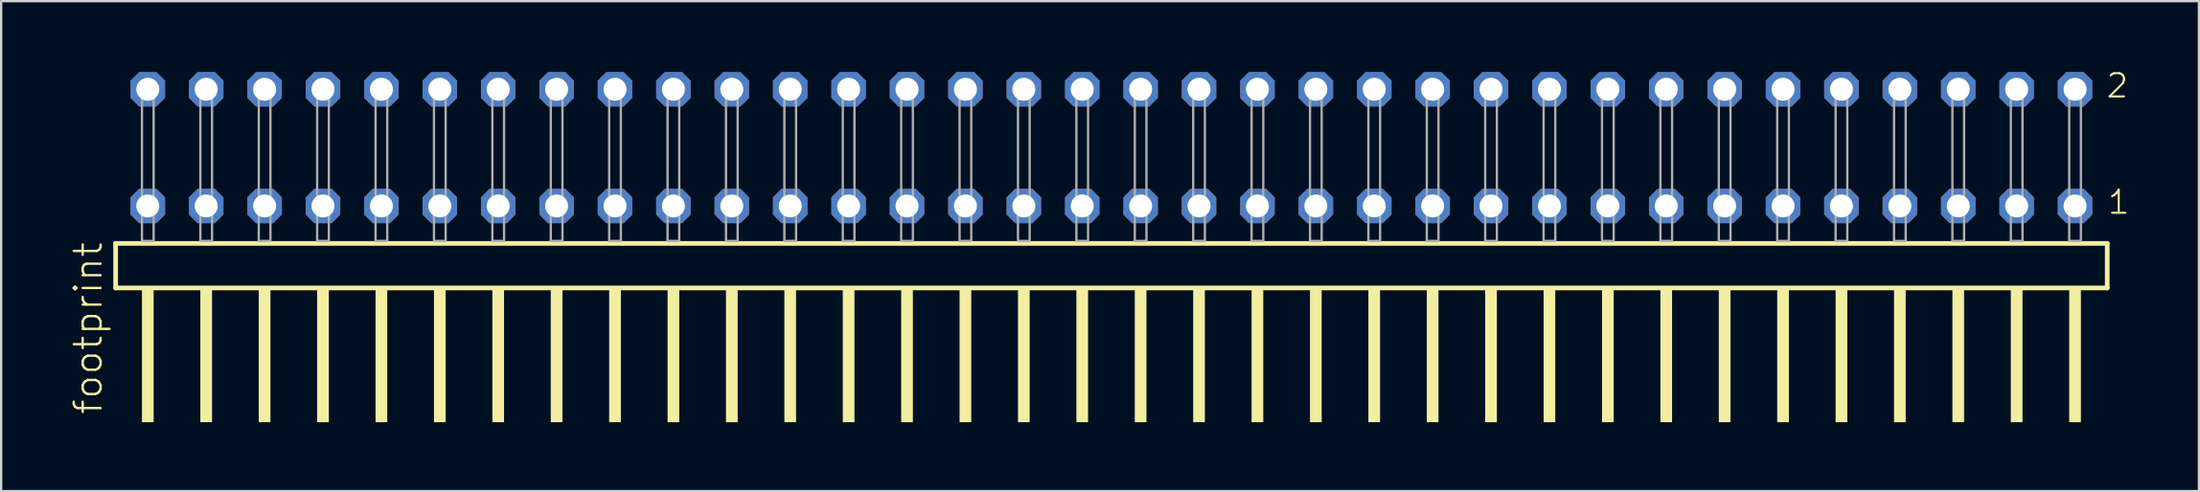
<source format=kicad_pcb>
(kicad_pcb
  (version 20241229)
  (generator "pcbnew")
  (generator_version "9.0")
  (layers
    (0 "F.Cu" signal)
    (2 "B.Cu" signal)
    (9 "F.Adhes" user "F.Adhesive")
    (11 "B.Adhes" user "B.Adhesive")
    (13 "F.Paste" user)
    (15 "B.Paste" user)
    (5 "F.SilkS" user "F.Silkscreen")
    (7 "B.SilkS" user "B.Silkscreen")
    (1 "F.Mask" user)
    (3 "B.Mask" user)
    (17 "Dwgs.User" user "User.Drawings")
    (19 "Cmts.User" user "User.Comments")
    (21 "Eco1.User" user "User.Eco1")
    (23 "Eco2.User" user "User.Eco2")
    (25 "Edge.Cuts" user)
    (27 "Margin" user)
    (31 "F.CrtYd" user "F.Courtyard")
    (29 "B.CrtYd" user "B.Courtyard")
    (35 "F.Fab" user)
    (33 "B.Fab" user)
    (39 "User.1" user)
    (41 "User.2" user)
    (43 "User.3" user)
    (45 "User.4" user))
  (footprint "footprint"
    (layer "F.Cu")
    (at 45.288 7.441)
    (property "Reference" "footprint" (at -43.815 7.62 90) (layer "F.SilkS") (effects (font (size 1.168 1.168) (thickness 0.102)) (justify left bottom)))
    (fp_line (start -43.309 0.106) (end -43.309 2.046) (stroke (width 0.203) (type solid)) (layer "F.SilkS"))
    (fp_line (start -43.309 2.046) (end 43.309 2.046) (stroke (width 0.203) (type solid)) (layer "F.SilkS"))
    (fp_line (start 43.309 0.106) (end -43.309 0.106) (stroke (width 0.203) (type solid)) (layer "F.SilkS"))
    (fp_line (start 43.309 2.046) (end 43.309 0.106) (stroke (width 0.203) (type solid)) (layer "F.SilkS"))
    (fp_poly (pts (xy -42.164 7.89) (xy -41.656 7.89) (xy -41.656 2.04) (xy -42.164 2.04)) (stroke (width 0) (type solid)) (fill yes) (layer "F.SilkS"))
    (fp_poly (pts (xy -39.624 7.89) (xy -39.116 7.89) (xy -39.116 2.04) (xy -39.624 2.04)) (stroke (width 0) (type solid)) (fill yes) (layer "F.SilkS"))
    (fp_poly (pts (xy -37.084 7.89) (xy -36.576 7.89) (xy -36.576 2.04) (xy -37.084 2.04)) (stroke (width 0) (type solid)) (fill yes) (layer "F.SilkS"))
    (fp_poly (pts (xy -34.544 7.89) (xy -34.036 7.89) (xy -34.036 2.04) (xy -34.544 2.04)) (stroke (width 0) (type solid)) (fill yes) (layer "F.SilkS"))
    (fp_poly (pts (xy -32.004 7.89) (xy -31.496 7.89) (xy -31.496 2.04) (xy -32.004 2.04)) (stroke (width 0) (type solid)) (fill yes) (layer "F.SilkS"))
    (fp_poly (pts (xy -29.464 7.89) (xy -28.956 7.89) (xy -28.956 2.04) (xy -29.464 2.04)) (stroke (width 0) (type solid)) (fill yes) (layer "F.SilkS"))
    (fp_poly (pts (xy -26.924 7.89) (xy -26.416 7.89) (xy -26.416 2.04) (xy -26.924 2.04)) (stroke (width 0) (type solid)) (fill yes) (layer "F.SilkS"))
    (fp_poly (pts (xy -24.384 7.89) (xy -23.876 7.89) (xy -23.876 2.04) (xy -24.384 2.04)) (stroke (width 0) (type solid)) (fill yes) (layer "F.SilkS"))
    (fp_poly (pts (xy -21.844 7.89) (xy -21.336 7.89) (xy -21.336 2.04) (xy -21.844 2.04)) (stroke (width 0) (type solid)) (fill yes) (layer "F.SilkS"))
    (fp_poly (pts (xy -19.304 7.89) (xy -18.796 7.89) (xy -18.796 2.04) (xy -19.304 2.04)) (stroke (width 0) (type solid)) (fill yes) (layer "F.SilkS"))
    (fp_poly (pts (xy -16.764 7.89) (xy -16.256 7.89) (xy -16.256 2.04) (xy -16.764 2.04)) (stroke (width 0) (type solid)) (fill yes) (layer "F.SilkS"))
    (fp_poly (pts (xy -14.224 7.89) (xy -13.716 7.89) (xy -13.716 2.04) (xy -14.224 2.04)) (stroke (width 0) (type solid)) (fill yes) (layer "F.SilkS"))
    (fp_poly (pts (xy -11.684 7.89) (xy -11.176 7.89) (xy -11.176 2.04) (xy -11.684 2.04)) (stroke (width 0) (type solid)) (fill yes) (layer "F.SilkS"))
    (fp_poly (pts (xy -9.144 7.89) (xy -8.636 7.89) (xy -8.636 2.04) (xy -9.144 2.04)) (stroke (width 0) (type solid)) (fill yes) (layer "F.SilkS"))
    (fp_poly (pts (xy -6.604 7.89) (xy -6.096 7.89) (xy -6.096 2.04) (xy -6.604 2.04)) (stroke (width 0) (type solid)) (fill yes) (layer "F.SilkS"))
    (fp_poly (pts (xy -4.064 7.89) (xy -3.556 7.89) (xy -3.556 2.04) (xy -4.064 2.04)) (stroke (width 0) (type solid)) (fill yes) (layer "F.SilkS"))
    (fp_poly (pts (xy -1.524 7.89) (xy -1.016 7.89) (xy -1.016 2.04) (xy -1.524 2.04)) (stroke (width 0) (type solid)) (fill yes) (layer "F.SilkS"))
    (fp_poly (pts (xy 1.016 7.89) (xy 1.524 7.89) (xy 1.524 2.04) (xy 1.016 2.04)) (stroke (width 0) (type solid)) (fill yes) (layer "F.SilkS"))
    (fp_poly (pts (xy 3.556 7.89) (xy 4.064 7.89) (xy 4.064 2.04) (xy 3.556 2.04)) (stroke (width 0) (type solid)) (fill yes) (layer "F.SilkS"))
    (fp_poly (pts (xy 6.096 7.89) (xy 6.604 7.89) (xy 6.604 2.04) (xy 6.096 2.04)) (stroke (width 0) (type solid)) (fill yes) (layer "F.SilkS"))
    (fp_poly (pts (xy 8.636 7.89) (xy 9.144 7.89) (xy 9.144 2.04) (xy 8.636 2.04)) (stroke (width 0) (type solid)) (fill yes) (layer "F.SilkS"))
    (fp_poly (pts (xy 11.176 7.89) (xy 11.684 7.89) (xy 11.684 2.04) (xy 11.176 2.04)) (stroke (width 0) (type solid)) (fill yes) (layer "F.SilkS"))
    (fp_poly (pts (xy 13.716 7.89) (xy 14.224 7.89) (xy 14.224 2.04) (xy 13.716 2.04)) (stroke (width 0) (type solid)) (fill yes) (layer "F.SilkS"))
    (fp_poly (pts (xy 16.256 7.89) (xy 16.764 7.89) (xy 16.764 2.04) (xy 16.256 2.04)) (stroke (width 0) (type solid)) (fill yes) (layer "F.SilkS"))
    (fp_poly (pts (xy 18.796 7.89) (xy 19.304 7.89) (xy 19.304 2.04) (xy 18.796 2.04)) (stroke (width 0) (type solid)) (fill yes) (layer "F.SilkS"))
    (fp_poly (pts (xy 21.336 7.89) (xy 21.844 7.89) (xy 21.844 2.04) (xy 21.336 2.04)) (stroke (width 0) (type solid)) (fill yes) (layer "F.SilkS"))
    (fp_poly (pts (xy 23.876 7.89) (xy 24.384 7.89) (xy 24.384 2.04) (xy 23.876 2.04)) (stroke (width 0) (type solid)) (fill yes) (layer "F.SilkS"))
    (fp_poly (pts (xy 26.416 7.89) (xy 26.924 7.89) (xy 26.924 2.04) (xy 26.416 2.04)) (stroke (width 0) (type solid)) (fill yes) (layer "F.SilkS"))
    (fp_poly (pts (xy 28.956 7.89) (xy 29.464 7.89) (xy 29.464 2.04) (xy 28.956 2.04)) (stroke (width 0) (type solid)) (fill yes) (layer "F.SilkS"))
    (fp_poly (pts (xy 31.496 7.89) (xy 32.004 7.89) (xy 32.004 2.04) (xy 31.496 2.04)) (stroke (width 0) (type solid)) (fill yes) (layer "F.SilkS"))
    (fp_poly (pts (xy 34.036 7.89) (xy 34.544 7.89) (xy 34.544 2.04) (xy 34.036 2.04)) (stroke (width 0) (type solid)) (fill yes) (layer "F.SilkS"))
    (fp_poly (pts (xy 36.576 7.89) (xy 37.084 7.89) (xy 37.084 2.04) (xy 36.576 2.04)) (stroke (width 0) (type solid)) (fill yes) (layer "F.SilkS"))
    (fp_poly (pts (xy 39.116 7.89) (xy 39.624 7.89) (xy 39.624 2.04) (xy 39.116 2.04)) (stroke (width 0) (type solid)) (fill yes) (layer "F.SilkS"))
    (fp_poly (pts (xy 41.656 7.89) (xy 42.164 7.89) (xy 42.164 2.04) (xy 41.656 2.04)) (stroke (width 0) (type solid)) (fill yes) (layer "F.SilkS"))
    (fp_poly (pts (xy -42.164 0) (xy -41.656 0) (xy -41.656 -6.858) (xy -42.164 -6.858)) (stroke (width 0.1) (type solid)) (fill no) (layer "F.Fab"))
    (fp_poly (pts (xy -39.624 0) (xy -39.116 0) (xy -39.116 -6.858) (xy -39.624 -6.858)) (stroke (width 0.1) (type solid)) (fill no) (layer "F.Fab"))
    (fp_poly (pts (xy -37.084 0) (xy -36.576 0) (xy -36.576 -6.858) (xy -37.084 -6.858)) (stroke (width 0.1) (type solid)) (fill no) (layer "F.Fab"))
    (fp_poly (pts (xy -34.544 0) (xy -34.036 0) (xy -34.036 -6.858) (xy -34.544 -6.858)) (stroke (width 0.1) (type solid)) (fill no) (layer "F.Fab"))
    (fp_poly (pts (xy -32.004 0) (xy -31.496 0) (xy -31.496 -6.858) (xy -32.004 -6.858)) (stroke (width 0.1) (type solid)) (fill no) (layer "F.Fab"))
    (fp_poly (pts (xy -29.464 0) (xy -28.956 0) (xy -28.956 -6.858) (xy -29.464 -6.858)) (stroke (width 0.1) (type solid)) (fill no) (layer "F.Fab"))
    (fp_poly (pts (xy -26.924 0) (xy -26.416 0) (xy -26.416 -6.858) (xy -26.924 -6.858)) (stroke (width 0.1) (type solid)) (fill no) (layer "F.Fab"))
    (fp_poly (pts (xy -24.384 0) (xy -23.876 0) (xy -23.876 -6.858) (xy -24.384 -6.858)) (stroke (width 0.1) (type solid)) (fill no) (layer "F.Fab"))
    (fp_poly (pts (xy -21.844 0) (xy -21.336 0) (xy -21.336 -6.858) (xy -21.844 -6.858)) (stroke (width 0.1) (type solid)) (fill no) (layer "F.Fab"))
    (fp_poly (pts (xy -19.304 0) (xy -18.796 0) (xy -18.796 -6.858) (xy -19.304 -6.858)) (stroke (width 0.1) (type solid)) (fill no) (layer "F.Fab"))
    (fp_poly (pts (xy -16.764 0) (xy -16.256 0) (xy -16.256 -6.858) (xy -16.764 -6.858)) (stroke (width 0.1) (type solid)) (fill no) (layer "F.Fab"))
    (fp_poly (pts (xy -14.224 0) (xy -13.716 0) (xy -13.716 -6.858) (xy -14.224 -6.858)) (stroke (width 0.1) (type solid)) (fill no) (layer "F.Fab"))
    (fp_poly (pts (xy -11.684 0) (xy -11.176 0) (xy -11.176 -6.858) (xy -11.684 -6.858)) (stroke (width 0.1) (type solid)) (fill no) (layer "F.Fab"))
    (fp_poly (pts (xy -9.144 0) (xy -8.636 0) (xy -8.636 -6.858) (xy -9.144 -6.858)) (stroke (width 0.1) (type solid)) (fill no) (layer "F.Fab"))
    (fp_poly (pts (xy -6.604 0) (xy -6.096 0) (xy -6.096 -6.858) (xy -6.604 -6.858)) (stroke (width 0.1) (type solid)) (fill no) (layer "F.Fab"))
    (fp_poly (pts (xy -4.064 0) (xy -3.556 0) (xy -3.556 -6.858) (xy -4.064 -6.858)) (stroke (width 0.1) (type solid)) (fill no) (layer "F.Fab"))
    (fp_poly (pts (xy -1.524 0) (xy -1.016 0) (xy -1.016 -6.858) (xy -1.524 -6.858)) (stroke (width 0.1) (type solid)) (fill no) (layer "F.Fab"))
    (fp_poly (pts (xy 1.016 0) (xy 1.524 0) (xy 1.524 -6.858) (xy 1.016 -6.858)) (stroke (width 0.1) (type solid)) (fill no) (layer "F.Fab"))
    (fp_poly (pts (xy 3.556 0) (xy 4.064 0) (xy 4.064 -6.858) (xy 3.556 -6.858)) (stroke (width 0.1) (type solid)) (fill no) (layer "F.Fab"))
    (fp_poly (pts (xy 6.096 0) (xy 6.604 0) (xy 6.604 -6.858) (xy 6.096 -6.858)) (stroke (width 0.1) (type solid)) (fill no) (layer "F.Fab"))
    (fp_poly (pts (xy 8.636 0) (xy 9.144 0) (xy 9.144 -6.858) (xy 8.636 -6.858)) (stroke (width 0.1) (type solid)) (fill no) (layer "F.Fab"))
    (fp_poly (pts (xy 11.176 0) (xy 11.684 0) (xy 11.684 -6.858) (xy 11.176 -6.858)) (stroke (width 0.1) (type solid)) (fill no) (layer "F.Fab"))
    (fp_poly (pts (xy 13.716 0) (xy 14.224 0) (xy 14.224 -6.858) (xy 13.716 -6.858)) (stroke (width 0.1) (type solid)) (fill no) (layer "F.Fab"))
    (fp_poly (pts (xy 16.256 0) (xy 16.764 0) (xy 16.764 -6.858) (xy 16.256 -6.858)) (stroke (width 0.1) (type solid)) (fill no) (layer "F.Fab"))
    (fp_poly (pts (xy 18.796 0) (xy 19.304 0) (xy 19.304 -6.858) (xy 18.796 -6.858)) (stroke (width 0.1) (type solid)) (fill no) (layer "F.Fab"))
    (fp_poly (pts (xy 21.336 0) (xy 21.844 0) (xy 21.844 -6.858) (xy 21.336 -6.858)) (stroke (width 0.1) (type solid)) (fill no) (layer "F.Fab"))
    (fp_poly (pts (xy 23.876 0) (xy 24.384 0) (xy 24.384 -6.858) (xy 23.876 -6.858)) (stroke (width 0.1) (type solid)) (fill no) (layer "F.Fab"))
    (fp_poly (pts (xy 26.416 0) (xy 26.924 0) (xy 26.924 -6.858) (xy 26.416 -6.858)) (stroke (width 0.1) (type solid)) (fill no) (layer "F.Fab"))
    (fp_poly (pts (xy 28.956 0) (xy 29.464 0) (xy 29.464 -6.858) (xy 28.956 -6.858)) (stroke (width 0.1) (type solid)) (fill no) (layer "F.Fab"))
    (fp_poly (pts (xy 31.496 0) (xy 32.004 0) (xy 32.004 -6.858) (xy 31.496 -6.858)) (stroke (width 0.1) (type solid)) (fill no) (layer "F.Fab"))
    (fp_poly (pts (xy 34.036 0) (xy 34.544 0) (xy 34.544 -6.858) (xy 34.036 -6.858)) (stroke (width 0.1) (type solid)) (fill no) (layer "F.Fab"))
    (fp_poly (pts (xy 36.576 0) (xy 37.084 0) (xy 37.084 -6.858) (xy 36.576 -6.858)) (stroke (width 0.1) (type solid)) (fill no) (layer "F.Fab"))
    (fp_poly (pts (xy 39.116 0) (xy 39.624 0) (xy 39.624 -6.858) (xy 39.116 -6.858)) (stroke (width 0.1) (type solid)) (fill no) (layer "F.Fab"))
    (fp_poly (pts (xy 41.656 0) (xy 42.164 0) (xy 42.164 -6.858) (xy 41.656 -6.858)) (stroke (width 0.1) (type solid)) (fill no) (layer "F.Fab"))
    (fp_text user "1" (at 43.27 -1.1 0) (layer "F.SilkS") (effects (font (size 1.012 1.012) (thickness 0.088)) (justify left bottom)))
    (fp_text user "2" (at 43.21 -6.165 0) (layer "F.SilkS") (effects (font (size 1.012 1.012) (thickness 0.088)) (justify left bottom)))
    (pad "1" thru_hole roundrect (at 41.91 -1.524 180) (size 1.5 1.5) (drill 1) (layers "*.Cu" "*.Mask") (roundrect_rratio 0.25) (chamfer_ratio 0.25) (chamfer top_left top_right bottom_left bottom_right))
    (pad "2" thru_hole roundrect (at 41.91 -6.604 180) (size 1.5 1.5) (drill 1) (layers "*.Cu" "*.Mask") (roundrect_rratio 0.25) (chamfer_ratio 0.25) (chamfer top_left top_right bottom_left bottom_right))
    (pad "3" thru_hole roundrect (at 39.37 -1.524 180) (size 1.5 1.5) (drill 1) (layers "*.Cu" "*.Mask") (roundrect_rratio 0.25) (chamfer_ratio 0.25) (chamfer top_left top_right bottom_left bottom_right))
    (pad "4" thru_hole roundrect (at 39.37 -6.604 180) (size 1.5 1.5) (drill 1) (layers "*.Cu" "*.Mask") (roundrect_rratio 0.25) (chamfer_ratio 0.25) (chamfer top_left top_right bottom_left bottom_right))
    (pad "5" thru_hole roundrect (at 36.83 -1.524 180) (size 1.5 1.5) (drill 1) (layers "*.Cu" "*.Mask") (roundrect_rratio 0.25) (chamfer_ratio 0.25) (chamfer top_left top_right bottom_left bottom_right))
    (pad "6" thru_hole roundrect (at 36.83 -6.604 180) (size 1.5 1.5) (drill 1) (layers "*.Cu" "*.Mask") (roundrect_rratio 0.25) (chamfer_ratio 0.25) (chamfer top_left top_right bottom_left bottom_right))
    (pad "7" thru_hole roundrect (at 34.29 -1.524 180) (size 1.5 1.5) (drill 1) (layers "*.Cu" "*.Mask") (roundrect_rratio 0.25) (chamfer_ratio 0.25) (chamfer top_left top_right bottom_left bottom_right))
    (pad "8" thru_hole roundrect (at 34.29 -6.604 180) (size 1.5 1.5) (drill 1) (layers "*.Cu" "*.Mask") (roundrect_rratio 0.25) (chamfer_ratio 0.25) (chamfer top_left top_right bottom_left bottom_right))
    (pad "9" thru_hole roundrect (at 31.75 -1.524 180) (size 1.5 1.5) (drill 1) (layers "*.Cu" "*.Mask") (roundrect_rratio 0.25) (chamfer_ratio 0.25) (chamfer top_left top_right bottom_left bottom_right))
    (pad "10" thru_hole roundrect (at 31.75 -6.604 180) (size 1.5 1.5) (drill 1) (layers "*.Cu" "*.Mask") (roundrect_rratio 0.25) (chamfer_ratio 0.25) (chamfer top_left top_right bottom_left bottom_right))
    (pad "11" thru_hole roundrect (at 29.21 -1.524 180) (size 1.5 1.5) (drill 1) (layers "*.Cu" "*.Mask") (roundrect_rratio 0.25) (chamfer_ratio 0.25) (chamfer top_left top_right bottom_left bottom_right))
    (pad "12" thru_hole roundrect (at 29.21 -6.604 180) (size 1.5 1.5) (drill 1) (layers "*.Cu" "*.Mask") (roundrect_rratio 0.25) (chamfer_ratio 0.25) (chamfer top_left top_right bottom_left bottom_right))
    (pad "13" thru_hole roundrect (at 26.67 -1.524 180) (size 1.5 1.5) (drill 1) (layers "*.Cu" "*.Mask") (roundrect_rratio 0.25) (chamfer_ratio 0.25) (chamfer top_left top_right bottom_left bottom_right))
    (pad "14" thru_hole roundrect (at 26.67 -6.604 180) (size 1.5 1.5) (drill 1) (layers "*.Cu" "*.Mask") (roundrect_rratio 0.25) (chamfer_ratio 0.25) (chamfer top_left top_right bottom_left bottom_right))
    (pad "15" thru_hole roundrect (at 24.13 -1.524 180) (size 1.5 1.5) (drill 1) (layers "*.Cu" "*.Mask") (roundrect_rratio 0.25) (chamfer_ratio 0.25) (chamfer top_left top_right bottom_left bottom_right))
    (pad "16" thru_hole roundrect (at 24.13 -6.604 180) (size 1.5 1.5) (drill 1) (layers "*.Cu" "*.Mask") (roundrect_rratio 0.25) (chamfer_ratio 0.25) (chamfer top_left top_right bottom_left bottom_right))
    (pad "17" thru_hole roundrect (at 21.59 -1.524 180) (size 1.5 1.5) (drill 1) (layers "*.Cu" "*.Mask") (roundrect_rratio 0.25) (chamfer_ratio 0.25) (chamfer top_left top_right bottom_left bottom_right))
    (pad "18" thru_hole roundrect (at 21.59 -6.604 180) (size 1.5 1.5) (drill 1) (layers "*.Cu" "*.Mask") (roundrect_rratio 0.25) (chamfer_ratio 0.25) (chamfer top_left top_right bottom_left bottom_right))
    (pad "19" thru_hole roundrect (at 19.05 -1.524 180) (size 1.5 1.5) (drill 1) (layers "*.Cu" "*.Mask") (roundrect_rratio 0.25) (chamfer_ratio 0.25) (chamfer top_left top_right bottom_left bottom_right))
    (pad "20" thru_hole roundrect (at 19.05 -6.604 180) (size 1.5 1.5) (drill 1) (layers "*.Cu" "*.Mask") (roundrect_rratio 0.25) (chamfer_ratio 0.25) (chamfer top_left top_right bottom_left bottom_right))
    (pad "21" thru_hole roundrect (at 16.51 -1.524 180) (size 1.5 1.5) (drill 1) (layers "*.Cu" "*.Mask") (roundrect_rratio 0.25) (chamfer_ratio 0.25) (chamfer top_left top_right bottom_left bottom_right))
    (pad "22" thru_hole roundrect (at 16.51 -6.604 180) (size 1.5 1.5) (drill 1) (layers "*.Cu" "*.Mask") (roundrect_rratio 0.25) (chamfer_ratio 0.25) (chamfer top_left top_right bottom_left bottom_right))
    (pad "23" thru_hole roundrect (at 13.97 -1.524 180) (size 1.5 1.5) (drill 1) (layers "*.Cu" "*.Mask") (roundrect_rratio 0.25) (chamfer_ratio 0.25) (chamfer top_left top_right bottom_left bottom_right))
    (pad "24" thru_hole roundrect (at 13.97 -6.604 180) (size 1.5 1.5) (drill 1) (layers "*.Cu" "*.Mask") (roundrect_rratio 0.25) (chamfer_ratio 0.25) (chamfer top_left top_right bottom_left bottom_right))
    (pad "25" thru_hole roundrect (at 11.43 -1.524 180) (size 1.5 1.5) (drill 1) (layers "*.Cu" "*.Mask") (roundrect_rratio 0.25) (chamfer_ratio 0.25) (chamfer top_left top_right bottom_left bottom_right))
    (pad "26" thru_hole roundrect (at 11.43 -6.604 180) (size 1.5 1.5) (drill 1) (layers "*.Cu" "*.Mask") (roundrect_rratio 0.25) (chamfer_ratio 0.25) (chamfer top_left top_right bottom_left bottom_right))
    (pad "27" thru_hole roundrect (at 8.89 -1.524 180) (size 1.5 1.5) (drill 1) (layers "*.Cu" "*.Mask") (roundrect_rratio 0.25) (chamfer_ratio 0.25) (chamfer top_left top_right bottom_left bottom_right))
    (pad "28" thru_hole roundrect (at 8.89 -6.604 180) (size 1.5 1.5) (drill 1) (layers "*.Cu" "*.Mask") (roundrect_rratio 0.25) (chamfer_ratio 0.25) (chamfer top_left top_right bottom_left bottom_right))
    (pad "29" thru_hole roundrect (at 6.35 -1.524 180) (size 1.5 1.5) (drill 1) (layers "*.Cu" "*.Mask") (roundrect_rratio 0.25) (chamfer_ratio 0.25) (chamfer top_left top_right bottom_left bottom_right))
    (pad "30" thru_hole roundrect (at 6.35 -6.604 180) (size 1.5 1.5) (drill 1) (layers "*.Cu" "*.Mask") (roundrect_rratio 0.25) (chamfer_ratio 0.25) (chamfer top_left top_right bottom_left bottom_right))
    (pad "31" thru_hole roundrect (at 3.81 -1.524 180) (size 1.5 1.5) (drill 1) (layers "*.Cu" "*.Mask") (roundrect_rratio 0.25) (chamfer_ratio 0.25) (chamfer top_left top_right bottom_left bottom_right))
    (pad "32" thru_hole roundrect (at 3.81 -6.604 180) (size 1.5 1.5) (drill 1) (layers "*.Cu" "*.Mask") (roundrect_rratio 0.25) (chamfer_ratio 0.25) (chamfer top_left top_right bottom_left bottom_right))
    (pad "33" thru_hole roundrect (at 1.27 -1.524 180) (size 1.5 1.5) (drill 1) (layers "*.Cu" "*.Mask") (roundrect_rratio 0.25) (chamfer_ratio 0.25) (chamfer top_left top_right bottom_left bottom_right))
    (pad "34" thru_hole roundrect (at 1.27 -6.604 180) (size 1.5 1.5) (drill 1) (layers "*.Cu" "*.Mask") (roundrect_rratio 0.25) (chamfer_ratio 0.25) (chamfer top_left top_right bottom_left bottom_right))
    (pad "35" thru_hole roundrect (at -1.27 -1.524 180) (size 1.5 1.5) (drill 1) (layers "*.Cu" "*.Mask") (roundrect_rratio 0.25) (chamfer_ratio 0.25) (chamfer top_left top_right bottom_left bottom_right))
    (pad "36" thru_hole roundrect (at -1.27 -6.604 180) (size 1.5 1.5) (drill 1) (layers "*.Cu" "*.Mask") (roundrect_rratio 0.25) (chamfer_ratio 0.25) (chamfer top_left top_right bottom_left bottom_right))
    (pad "37" thru_hole roundrect (at -3.81 -1.524 180) (size 1.5 1.5) (drill 1) (layers "*.Cu" "*.Mask") (roundrect_rratio 0.25) (chamfer_ratio 0.25) (chamfer top_left top_right bottom_left bottom_right))
    (pad "38" thru_hole roundrect (at -3.81 -6.604 180) (size 1.5 1.5) (drill 1) (layers "*.Cu" "*.Mask") (roundrect_rratio 0.25) (chamfer_ratio 0.25) (chamfer top_left top_right bottom_left bottom_right))
    (pad "39" thru_hole roundrect (at -6.35 -1.524 180) (size 1.5 1.5) (drill 1) (layers "*.Cu" "*.Mask") (roundrect_rratio 0.25) (chamfer_ratio 0.25) (chamfer top_left top_right bottom_left bottom_right))
    (pad "40" thru_hole roundrect (at -6.35 -6.604 180) (size 1.5 1.5) (drill 1) (layers "*.Cu" "*.Mask") (roundrect_rratio 0.25) (chamfer_ratio 0.25) (chamfer top_left top_right bottom_left bottom_right))
    (pad "41" thru_hole roundrect (at -8.89 -1.524 180) (size 1.5 1.5) (drill 1) (layers "*.Cu" "*.Mask") (roundrect_rratio 0.25) (chamfer_ratio 0.25) (chamfer top_left top_right bottom_left bottom_right))
    (pad "42" thru_hole roundrect (at -8.89 -6.604 180) (size 1.5 1.5) (drill 1) (layers "*.Cu" "*.Mask") (roundrect_rratio 0.25) (chamfer_ratio 0.25) (chamfer top_left top_right bottom_left bottom_right))
    (pad "43" thru_hole roundrect (at -11.43 -1.524 180) (size 1.5 1.5) (drill 1) (layers "*.Cu" "*.Mask") (roundrect_rratio 0.25) (chamfer_ratio 0.25) (chamfer top_left top_right bottom_left bottom_right))
    (pad "44" thru_hole roundrect (at -11.43 -6.604 180) (size 1.5 1.5) (drill 1) (layers "*.Cu" "*.Mask") (roundrect_rratio 0.25) (chamfer_ratio 0.25) (chamfer top_left top_right bottom_left bottom_right))
    (pad "45" thru_hole roundrect (at -13.97 -1.524 180) (size 1.5 1.5) (drill 1) (layers "*.Cu" "*.Mask") (roundrect_rratio 0.25) (chamfer_ratio 0.25) (chamfer top_left top_right bottom_left bottom_right))
    (pad "46" thru_hole roundrect (at -13.97 -6.604 180) (size 1.5 1.5) (drill 1) (layers "*.Cu" "*.Mask") (roundrect_rratio 0.25) (chamfer_ratio 0.25) (chamfer top_left top_right bottom_left bottom_right))
    (pad "47" thru_hole roundrect (at -16.51 -1.524 180) (size 1.5 1.5) (drill 1) (layers "*.Cu" "*.Mask") (roundrect_rratio 0.25) (chamfer_ratio 0.25) (chamfer top_left top_right bottom_left bottom_right))
    (pad "48" thru_hole roundrect (at -16.51 -6.604 180) (size 1.5 1.5) (drill 1) (layers "*.Cu" "*.Mask") (roundrect_rratio 0.25) (chamfer_ratio 0.25) (chamfer top_left top_right bottom_left bottom_right))
    (pad "49" thru_hole roundrect (at -19.05 -1.524 180) (size 1.5 1.5) (drill 1) (layers "*.Cu" "*.Mask") (roundrect_rratio 0.25) (chamfer_ratio 0.25) (chamfer top_left top_right bottom_left bottom_right))
    (pad "50" thru_hole roundrect (at -19.05 -6.604 180) (size 1.5 1.5) (drill 1) (layers "*.Cu" "*.Mask") (roundrect_rratio 0.25) (chamfer_ratio 0.25) (chamfer top_left top_right bottom_left bottom_right))
    (pad "51" thru_hole roundrect (at -21.59 -1.524 180) (size 1.5 1.5) (drill 1) (layers "*.Cu" "*.Mask") (roundrect_rratio 0.25) (chamfer_ratio 0.25) (chamfer top_left top_right bottom_left bottom_right))
    (pad "52" thru_hole roundrect (at -21.59 -6.604 180) (size 1.5 1.5) (drill 1) (layers "*.Cu" "*.Mask") (roundrect_rratio 0.25) (chamfer_ratio 0.25) (chamfer top_left top_right bottom_left bottom_right))
    (pad "53" thru_hole roundrect (at -24.13 -1.524 180) (size 1.5 1.5) (drill 1) (layers "*.Cu" "*.Mask") (roundrect_rratio 0.25) (chamfer_ratio 0.25) (chamfer top_left top_right bottom_left bottom_right))
    (pad "54" thru_hole roundrect (at -24.13 -6.604 180) (size 1.5 1.5) (drill 1) (layers "*.Cu" "*.Mask") (roundrect_rratio 0.25) (chamfer_ratio 0.25) (chamfer top_left top_right bottom_left bottom_right))
    (pad "55" thru_hole roundrect (at -26.67 -1.524 180) (size 1.5 1.5) (drill 1) (layers "*.Cu" "*.Mask") (roundrect_rratio 0.25) (chamfer_ratio 0.25) (chamfer top_left top_right bottom_left bottom_right))
    (pad "56" thru_hole roundrect (at -26.67 -6.604 180) (size 1.5 1.5) (drill 1) (layers "*.Cu" "*.Mask") (roundrect_rratio 0.25) (chamfer_ratio 0.25) (chamfer top_left top_right bottom_left bottom_right))
    (pad "57" thru_hole roundrect (at -29.21 -1.524 180) (size 1.5 1.5) (drill 1) (layers "*.Cu" "*.Mask") (roundrect_rratio 0.25) (chamfer_ratio 0.25) (chamfer top_left top_right bottom_left bottom_right))
    (pad "58" thru_hole roundrect (at -29.21 -6.604 180) (size 1.5 1.5) (drill 1) (layers "*.Cu" "*.Mask") (roundrect_rratio 0.25) (chamfer_ratio 0.25) (chamfer top_left top_right bottom_left bottom_right))
    (pad "59" thru_hole roundrect (at -31.75 -1.524 180) (size 1.5 1.5) (drill 1) (layers "*.Cu" "*.Mask") (roundrect_rratio 0.25) (chamfer_ratio 0.25) (chamfer top_left top_right bottom_left bottom_right))
    (pad "60" thru_hole roundrect (at -31.75 -6.604 180) (size 1.5 1.5) (drill 1) (layers "*.Cu" "*.Mask") (roundrect_rratio 0.25) (chamfer_ratio 0.25) (chamfer top_left top_right bottom_left bottom_right))
    (pad "61" thru_hole roundrect (at -34.29 -1.524 180) (size 1.5 1.5) (drill 1) (layers "*.Cu" "*.Mask") (roundrect_rratio 0.25) (chamfer_ratio 0.25) (chamfer top_left top_right bottom_left bottom_right))
    (pad "62" thru_hole roundrect (at -34.29 -6.604 180) (size 1.5 1.5) (drill 1) (layers "*.Cu" "*.Mask") (roundrect_rratio 0.25) (chamfer_ratio 0.25) (chamfer top_left top_right bottom_left bottom_right))
    (pad "63" thru_hole roundrect (at -36.83 -1.524 180) (size 1.5 1.5) (drill 1) (layers "*.Cu" "*.Mask") (roundrect_rratio 0.25) (chamfer_ratio 0.25) (chamfer top_left top_right bottom_left bottom_right))
    (pad "64" thru_hole roundrect (at -36.83 -6.604 180) (size 1.5 1.5) (drill 1) (layers "*.Cu" "*.Mask") (roundrect_rratio 0.25) (chamfer_ratio 0.25) (chamfer top_left top_right bottom_left bottom_right))
    (pad "65" thru_hole roundrect (at -39.37 -1.524 180) (size 1.5 1.5) (drill 1) (layers "*.Cu" "*.Mask") (roundrect_rratio 0.25) (chamfer_ratio 0.25) (chamfer top_left top_right bottom_left bottom_right))
    (pad "66" thru_hole roundrect (at -39.37 -6.604 180) (size 1.5 1.5) (drill 1) (layers "*.Cu" "*.Mask") (roundrect_rratio 0.25) (chamfer_ratio 0.25) (chamfer top_left top_right bottom_left bottom_right))
    (pad "67" thru_hole roundrect (at -41.91 -1.524 180) (size 1.5 1.5) (drill 1) (layers "*.Cu" "*.Mask") (roundrect_rratio 0.25) (chamfer_ratio 0.25) (chamfer top_left top_right bottom_left bottom_right))
    (pad "68" thru_hole roundrect (at -41.91 -6.604 180) (size 1.5 1.5) (drill 1) (layers "*.Cu" "*.Mask") (roundrect_rratio 0.25) (chamfer_ratio 0.25) (chamfer top_left top_right bottom_left bottom_right)))
  (gr_rect
    (start -3 -3)
    (end 92.584 18.331)
    (stroke (width 0.1) (type default))
    (fill no)
    (layer "Edge.Cuts")))
</source>
